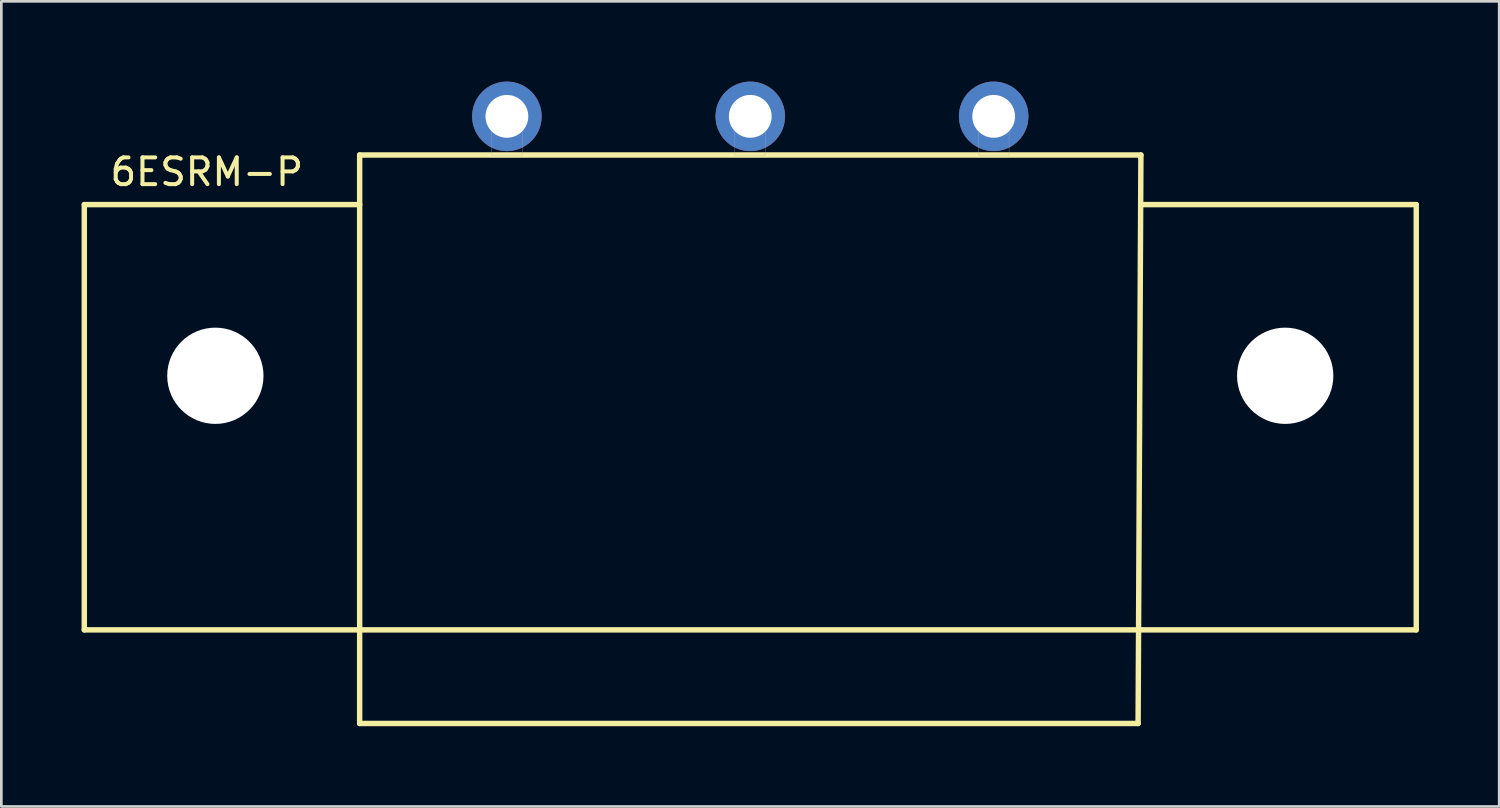
<source format=kicad_pcb>
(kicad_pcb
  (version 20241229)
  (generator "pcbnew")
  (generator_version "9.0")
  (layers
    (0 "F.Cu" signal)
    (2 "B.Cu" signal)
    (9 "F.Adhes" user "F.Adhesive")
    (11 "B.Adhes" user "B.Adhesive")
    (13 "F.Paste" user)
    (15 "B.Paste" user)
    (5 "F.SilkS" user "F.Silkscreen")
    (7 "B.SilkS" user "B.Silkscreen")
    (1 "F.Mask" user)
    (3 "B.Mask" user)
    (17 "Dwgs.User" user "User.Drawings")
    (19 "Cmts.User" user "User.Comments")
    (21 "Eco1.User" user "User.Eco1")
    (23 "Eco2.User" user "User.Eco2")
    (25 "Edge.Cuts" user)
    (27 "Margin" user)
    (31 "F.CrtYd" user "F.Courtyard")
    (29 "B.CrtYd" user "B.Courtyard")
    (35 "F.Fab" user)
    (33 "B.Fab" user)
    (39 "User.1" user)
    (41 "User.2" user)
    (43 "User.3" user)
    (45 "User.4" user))
  (footprint "6ESRM-P"
    (layer "F.Cu")
    (at 25.002 11)
    (property "Reference" "6ESRM-P" (at -20.32 -7.62 0) (layer "F.SilkS") (effects (font (size 1 1) (thickness 0.15))))
    (attr through_hole)
    (fp_line (start -24.9 -6.4) (end -14.605 -6.4) (stroke (width 0.203) (type solid)) (layer "F.SilkS"))
    (fp_line (start -24.9 9.5) (end -24.9 -6.4) (stroke (width 0.203) (type solid)) (layer "F.SilkS"))
    (fp_line (start -14.605 -8.255) (end -14.605 13) (stroke (width 0.203) (type solid)) (layer "F.SilkS"))
    (fp_line (start -14.605 -8.255) (end 14.605 -8.255) (stroke (width 0.203) (type solid)) (layer "F.SilkS"))
    (fp_line (start -14.605 13) (end 14.5 13) (stroke (width 0.203) (type solid)) (layer "F.SilkS"))
    (fp_line (start 14.605 -8.255) (end 14.5 13) (stroke (width 0.203) (type solid)) (layer "F.SilkS"))
    (fp_line (start 14.605 -6.4) (end 24.9 -6.4) (stroke (width 0.203) (type solid)) (layer "F.SilkS"))
    (fp_line (start 24.9 -6.4) (end 24.9 9.5) (stroke (width 0.203) (type solid)) (layer "F.SilkS"))
    (fp_line (start 24.9 9.5) (end -24.9 9.5) (stroke (width 0.203) (type solid)) (layer "F.SilkS"))
    (fp_poly (pts (xy -9.675 -10.175) (xy -8.525 -10.175) (xy -8.525 -8.25) (xy -9.675 -8.25)) (stroke (width 0.01) (type solid)) (fill no) (layer "F.Fab"))
    (fp_poly (pts (xy -0.575 -10.175) (xy 0.575 -10.175) (xy 0.575 -8.25) (xy -0.575 -8.25)) (stroke (width 0.01) (type solid)) (fill no) (layer "F.Fab"))
    (fp_poly (pts (xy 8.525 -10.175) (xy 9.675 -10.175) (xy 9.675 -8.25) (xy 8.525 -8.25)) (stroke (width 0.01) (type solid)) (fill no) (layer "F.Fab"))
    (pad "" np_thru_hole circle (at -20 0) (size 3.6 3.6) (drill 3.6) (layers "*.Cu" "*.Mask"))
    (pad "" np_thru_hole circle (at 20 0) (size 3.6 3.6) (drill 3.6) (layers "*.Cu" "*.Mask"))
    (pad "1" thru_hole circle (at -9.1 -9.7) (size 2.6 2.6) (drill 1.6) (layers "*.Cu" "*.Mask"))
    (pad "2" thru_hole circle (at 0 -9.7) (size 2.6 2.6) (drill 1.6) (layers "*.Cu" "*.Mask"))
    (pad "3" thru_hole circle (at 9.1 -9.7) (size 2.6 2.6) (drill 1.6) (layers "*.Cu" "*.Mask")))
  (gr_rect
    (start -3 -3)
    (end 53.003 27.102)
    (stroke (width 0.1) (type default))
    (fill no)
    (layer "Edge.Cuts")))
</source>
